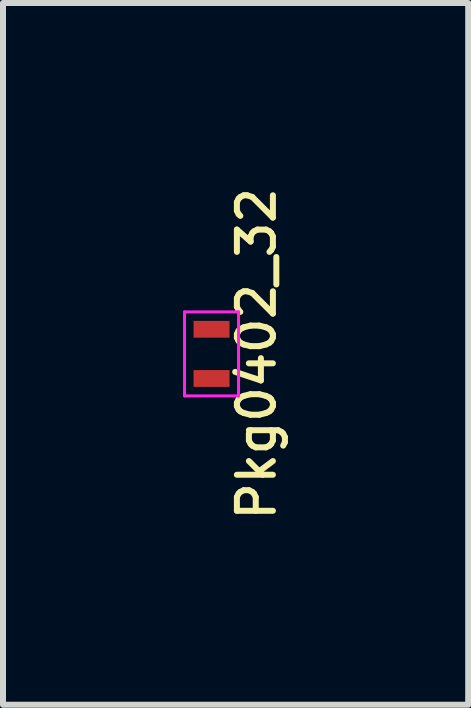
<source format=kicad_pcb>
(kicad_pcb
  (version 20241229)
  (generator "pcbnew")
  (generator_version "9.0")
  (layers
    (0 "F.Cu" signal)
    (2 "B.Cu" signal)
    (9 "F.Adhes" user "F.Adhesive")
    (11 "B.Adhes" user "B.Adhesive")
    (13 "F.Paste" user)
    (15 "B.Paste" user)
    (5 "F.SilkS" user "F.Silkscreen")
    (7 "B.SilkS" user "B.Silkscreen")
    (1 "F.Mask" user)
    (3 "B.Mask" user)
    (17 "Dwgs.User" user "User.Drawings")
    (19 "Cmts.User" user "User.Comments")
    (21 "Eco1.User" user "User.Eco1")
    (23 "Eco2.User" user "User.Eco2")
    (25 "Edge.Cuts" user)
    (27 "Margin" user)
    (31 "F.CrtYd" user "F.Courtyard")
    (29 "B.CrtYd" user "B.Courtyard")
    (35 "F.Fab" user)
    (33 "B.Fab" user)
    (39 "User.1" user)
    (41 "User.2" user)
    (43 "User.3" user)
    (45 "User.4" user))
  (footprint "Pkg0402_32"
    (layer "F.Cu")
    (at 0.475 2.847)
    (property "Reference" "Pkg0402_32" (at 0.75 0 90) (layer "F.SilkS") (effects (font (size 0.6 0.6) (thickness 0.1))))
    (fp_line (start -0.45 -0.7) (end -0.45 0.7) (stroke (width 0.05) (type solid)) (layer "F.CrtYd"))
    (fp_line (start -0.45 0.7) (end 0.45 0.7) (stroke (width 0.05) (type solid)) (layer "F.CrtYd"))
    (fp_line (start 0.45 -0.7) (end -0.45 -0.7) (stroke (width 0.05) (type solid)) (layer "F.CrtYd"))
    (fp_line (start 0.45 0.7) (end 0.45 -0.7) (stroke (width 0.05) (type solid)) (layer "F.CrtYd"))
    (pad "1" smd rect (at 0 -0.41) (size 0.6 0.28) (layers "F.Cu" "F.Mask" "F.Paste"))
    (pad "2" smd rect (at 0 0.41) (size 0.6 0.28) (layers "F.Cu" "F.Mask" "F.Paste")))
  (gr_rect
    (start -3 -3)
    (end 4.752 8.694)
    (stroke (width 0.1) (type default))
    (fill no)
    (layer "Edge.Cuts")))
</source>
